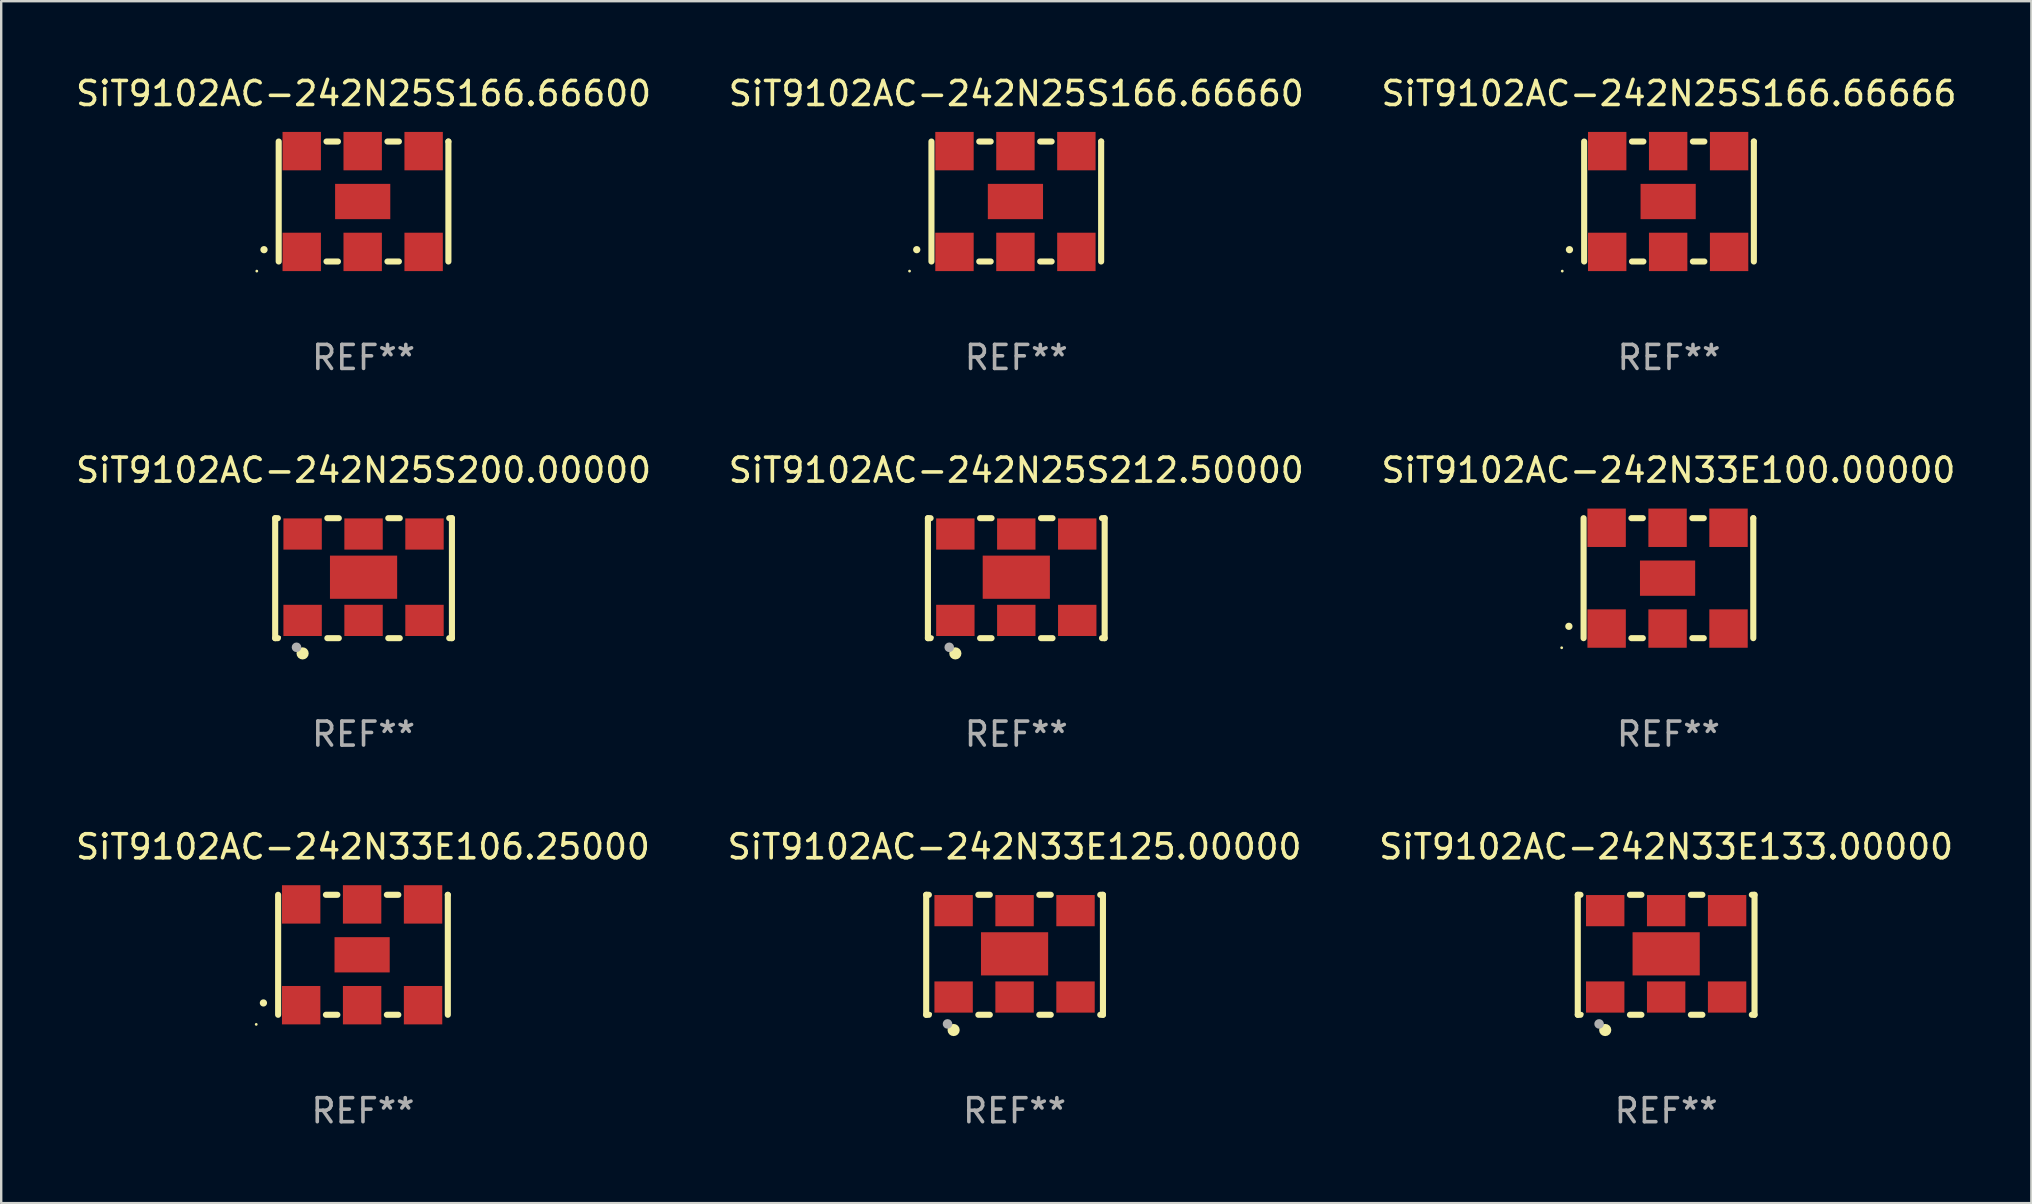
<source format=kicad_pcb>
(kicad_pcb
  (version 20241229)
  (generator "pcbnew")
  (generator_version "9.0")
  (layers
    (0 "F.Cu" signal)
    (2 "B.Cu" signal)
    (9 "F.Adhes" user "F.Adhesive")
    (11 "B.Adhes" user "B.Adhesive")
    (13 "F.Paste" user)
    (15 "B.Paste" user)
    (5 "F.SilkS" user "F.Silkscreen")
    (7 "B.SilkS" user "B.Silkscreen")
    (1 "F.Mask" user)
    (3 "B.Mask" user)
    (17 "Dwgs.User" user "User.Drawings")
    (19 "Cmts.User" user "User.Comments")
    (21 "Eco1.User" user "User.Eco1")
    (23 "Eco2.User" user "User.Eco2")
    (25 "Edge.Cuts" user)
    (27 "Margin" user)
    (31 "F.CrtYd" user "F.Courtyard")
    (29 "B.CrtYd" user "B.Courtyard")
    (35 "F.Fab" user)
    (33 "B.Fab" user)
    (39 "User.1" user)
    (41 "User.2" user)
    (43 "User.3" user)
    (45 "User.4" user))
  (footprint "SiT9102AC-242N25S166.66666"
    (layer "F.Cu")
    (at 66.506 5.348)
    (property "Reference" "SiT9102AC-242N25S166.66666" (at 0 -4.5 0) (layer "F.SilkS") (effects (font (size 1 1) (thickness 0.15))))
    (attr through_hole)
    (fp_line (start -3.536 -2.5) (end -3.536 2.5) (stroke (width 0.254) (type solid)) (layer "F.SilkS"))
    (fp_line (start -1.544 2.5) (end -1.067 2.5) (stroke (width 0.254) (type solid)) (layer "F.SilkS"))
    (fp_line (start -1.067 -2.5) (end -1.544 -2.5) (stroke (width 0.254) (type solid)) (layer "F.SilkS"))
    (fp_line (start 0.996 2.5) (end 1.473 2.5) (stroke (width 0.254) (type solid)) (layer "F.SilkS"))
    (fp_line (start 1.473 -2.5) (end 0.996 -2.5) (stroke (width 0.254) (type solid)) (layer "F.SilkS"))
    (fp_line (start 3.536 -2.5) (end 3.536 -2.5) (stroke (width 0.254) (type solid)) (layer "F.SilkS"))
    (fp_line (start 3.536 2.5) (end 3.536 -2.5) (stroke (width 0.254) (type solid)) (layer "F.SilkS"))
    (fp_arc (start -4.150432 2.006604) (mid -4.149162 2.006599) (end -4.147892 2.006604) (stroke (width 0.3) (type solid)) (layer "F.SilkS"))
    (fp_circle (center -4.449 2.9) (end -4.419 2.9) (stroke (width 0.06) (type solid)) (fill no) (layer "F.SilkS"))
    (fp_text user "REF**" (at 0 6.5 0) (layer "F.Fab") (effects (font (size 1 1) (thickness 0.15))))
    (pad "1" smd rect (at -2.576 2.1) (size 1.6 1.6) (layers "F.Cu" "F.Mask" "F.Paste"))
    (pad "2" smd rect (at -0.036 2.1) (size 1.6 1.6) (layers "F.Cu" "F.Mask" "F.Paste"))
    (pad "3" smd rect (at 2.504 2.1) (size 1.6 1.6) (layers "F.Cu" "F.Mask" "F.Paste"))
    (pad "4" smd rect (at 2.504 -2.1) (size 1.6 1.6) (layers "F.Cu" "F.Mask" "F.Paste"))
    (pad "5" smd rect (at -0.036 -2.1) (size 1.6 1.6) (layers "F.Cu" "F.Mask" "F.Paste"))
    (pad "6" smd rect (at -2.576 -2.1) (size 1.6 1.6) (layers "F.Cu" "F.Mask" "F.Paste"))
    (pad "7" smd rect (at -0.036 0) (size 2.3 1.47) (layers "F.Cu" "F.Mask" "F.Paste")))
  (footprint "SiT9102AC-242N25S166.66600"
    (layer "F.Cu")
    (at 12.101 5.348)
    (property "Reference" "SiT9102AC-242N25S166.66600" (at 0 -4.5 0) (layer "F.SilkS") (effects (font (size 1 1) (thickness 0.15))))
    (attr through_hole)
    (fp_line (start -3.536 -2.5) (end -3.536 2.5) (stroke (width 0.254) (type solid)) (layer "F.SilkS"))
    (fp_line (start -1.544 2.5) (end -1.067 2.5) (stroke (width 0.254) (type solid)) (layer "F.SilkS"))
    (fp_line (start -1.067 -2.5) (end -1.544 -2.5) (stroke (width 0.254) (type solid)) (layer "F.SilkS"))
    (fp_line (start 0.996 2.5) (end 1.473 2.5) (stroke (width 0.254) (type solid)) (layer "F.SilkS"))
    (fp_line (start 1.473 -2.5) (end 0.996 -2.5) (stroke (width 0.254) (type solid)) (layer "F.SilkS"))
    (fp_line (start 3.536 -2.5) (end 3.536 -2.5) (stroke (width 0.254) (type solid)) (layer "F.SilkS"))
    (fp_line (start 3.536 2.5) (end 3.536 -2.5) (stroke (width 0.254) (type solid)) (layer "F.SilkS"))
    (fp_arc (start -4.150432 2.006604) (mid -4.149162 2.006599) (end -4.147892 2.006604) (stroke (width 0.3) (type solid)) (layer "F.SilkS"))
    (fp_circle (center -4.449 2.9) (end -4.419 2.9) (stroke (width 0.06) (type solid)) (fill no) (layer "F.SilkS"))
    (fp_text user "REF**" (at 0 6.5 0) (layer "F.Fab") (effects (font (size 1 1) (thickness 0.15))))
    (pad "1" smd rect (at -2.576 2.1) (size 1.6 1.6) (layers "F.Cu" "F.Mask" "F.Paste"))
    (pad "2" smd rect (at -0.036 2.1) (size 1.6 1.6) (layers "F.Cu" "F.Mask" "F.Paste"))
    (pad "3" smd rect (at 2.504 2.1) (size 1.6 1.6) (layers "F.Cu" "F.Mask" "F.Paste"))
    (pad "4" smd rect (at 2.504 -2.1) (size 1.6 1.6) (layers "F.Cu" "F.Mask" "F.Paste"))
    (pad "5" smd rect (at -0.036 -2.1) (size 1.6 1.6) (layers "F.Cu" "F.Mask" "F.Paste"))
    (pad "6" smd rect (at -2.576 -2.1) (size 1.6 1.6) (layers "F.Cu" "F.Mask" "F.Paste"))
    (pad "7" smd rect (at -0.036 0) (size 2.3 1.47) (layers "F.Cu" "F.Mask" "F.Paste")))
  (footprint "SiT9102AC-242N25S212.50000"
    (layer "F.Cu")
    (at 39.304 21.045)
    (property "Reference" "SiT9102AC-242N25S212.50000" (at 0 -4.5 0) (layer "F.SilkS") (effects (font (size 1 1) (thickness 0.15))))
    (attr through_hole)
    (fp_line (start -3.683 -2.5) (end -3.571 -2.5) (stroke (width 0.254) (type solid)) (layer "F.SilkS"))
    (fp_line (start -3.683 2.5) (end -3.683 -2.5) (stroke (width 0.254) (type solid)) (layer "F.SilkS"))
    (fp_line (start -3.683 2.5) (end -3.571 2.5) (stroke (width 0.254) (type solid)) (layer "F.SilkS"))
    (fp_line (start -1.509 -2.5) (end -1.031 -2.5) (stroke (width 0.254) (type solid)) (layer "F.SilkS"))
    (fp_line (start -1.509 2.5) (end -1.031 2.5) (stroke (width 0.254) (type solid)) (layer "F.SilkS"))
    (fp_line (start 1.031 -2.5) (end 1.509 -2.5) (stroke (width 0.254) (type solid)) (layer "F.SilkS"))
    (fp_line (start 1.031 2.5) (end 1.509 2.5) (stroke (width 0.254) (type solid)) (layer "F.SilkS"))
    (fp_line (start 3.571 -2.5) (end 3.683 -2.5) (stroke (width 0.254) (type solid)) (layer "F.SilkS"))
    (fp_line (start 3.571 2.5) (end 3.683 2.5) (stroke (width 0.254) (type solid)) (layer "F.SilkS"))
    (fp_line (start 3.683 2.5) (end 3.683 -2.5) (stroke (width 0.254) (type solid)) (layer "F.SilkS"))
    (fp_circle (center -3.5 2.46) (end -3.47 2.46) (stroke (width 0.06) (type solid)) (fill no) (layer "F.SilkS"))
    (fp_circle (center -2.54 3.135) (end -2.413 3.135) (stroke (width 0.254) (type solid)) (fill no) (layer "F.SilkS"))
    (fp_circle (center -2.794 2.881) (end -2.694 2.881) (stroke (width 0.2) (type solid)) (fill no) (layer "F.Fab"))
    (fp_text user "REF**" (at 0 6.5 0) (layer "F.Fab") (effects (font (size 1 1) (thickness 0.15))))
    (pad "1" smd rect (at -2.54 1.76) (size 1.6 1.3) (layers "F.Cu" "F.Mask" "F.Paste"))
    (pad "2" smd rect (at 0 1.76) (size 1.6 1.3) (layers "F.Cu" "F.Mask" "F.Paste"))
    (pad "3" smd rect (at 2.54 1.76) (size 1.6 1.3) (layers "F.Cu" "F.Mask" "F.Paste"))
    (pad "4" smd rect (at 2.54 -1.84) (size 1.6 1.3) (layers "F.Cu" "F.Mask" "F.Paste"))
    (pad "5" smd rect (at 0 -1.84) (size 1.6 1.3) (layers "F.Cu" "F.Mask" "F.Paste"))
    (pad "6" smd rect (at -2.54 -1.84) (size 1.6 1.3) (layers "F.Cu" "F.Mask" "F.Paste"))
    (pad "7" smd rect (at 0 -0.04) (size 2.8 1.8) (layers "F.Cu" "F.Mask" "F.Paste")))
  (footprint "SiT9102AC-242N33E106.25000"
    (layer "F.Cu")
    (at 12.077 36.741)
    (property "Reference" "SiT9102AC-242N33E106.25000" (at 0 -4.5 0) (layer "F.SilkS") (effects (font (size 1 1) (thickness 0.15))))
    (attr through_hole)
    (fp_line (start -3.536 -2.5) (end -3.536 2.5) (stroke (width 0.254) (type solid)) (layer "F.SilkS"))
    (fp_line (start -1.544 2.5) (end -1.067 2.5) (stroke (width 0.254) (type solid)) (layer "F.SilkS"))
    (fp_line (start -1.067 -2.5) (end -1.544 -2.5) (stroke (width 0.254) (type solid)) (layer "F.SilkS"))
    (fp_line (start 0.996 2.5) (end 1.473 2.5) (stroke (width 0.254) (type solid)) (layer "F.SilkS"))
    (fp_line (start 1.473 -2.5) (end 0.996 -2.5) (stroke (width 0.254) (type solid)) (layer "F.SilkS"))
    (fp_line (start 3.536 -2.5) (end 3.536 -2.5) (stroke (width 0.254) (type solid)) (layer "F.SilkS"))
    (fp_line (start 3.536 2.5) (end 3.536 -2.5) (stroke (width 0.254) (type solid)) (layer "F.SilkS"))
    (fp_arc (start -4.150432 2.006604) (mid -4.149162 2.006599) (end -4.147892 2.006604) (stroke (width 0.3) (type solid)) (layer "F.SilkS"))
    (fp_circle (center -4.449 2.9) (end -4.419 2.9) (stroke (width 0.06) (type solid)) (fill no) (layer "F.SilkS"))
    (fp_text user "REF**" (at 0 6.5 0) (layer "F.Fab") (effects (font (size 1 1) (thickness 0.15))))
    (pad "1" smd rect (at -2.576 2.1) (size 1.6 1.6) (layers "F.Cu" "F.Mask" "F.Paste"))
    (pad "2" smd rect (at -0.036 2.1) (size 1.6 1.6) (layers "F.Cu" "F.Mask" "F.Paste"))
    (pad "3" smd rect (at 2.504 2.1) (size 1.6 1.6) (layers "F.Cu" "F.Mask" "F.Paste"))
    (pad "4" smd rect (at 2.504 -2.1) (size 1.6 1.6) (layers "F.Cu" "F.Mask" "F.Paste"))
    (pad "5" smd rect (at -0.036 -2.1) (size 1.6 1.6) (layers "F.Cu" "F.Mask" "F.Paste"))
    (pad "6" smd rect (at -2.576 -2.1) (size 1.6 1.6) (layers "F.Cu" "F.Mask" "F.Paste"))
    (pad "7" smd rect (at -0.036 0) (size 2.3 1.47) (layers "F.Cu" "F.Mask" "F.Paste")))
  (footprint "SiT9102AC-242N25S200.00000"
    (layer "F.Cu")
    (at 12.101 21.045)
    (property "Reference" "SiT9102AC-242N25S200.00000" (at 0 -4.5 0) (layer "F.SilkS") (effects (font (size 1 1) (thickness 0.15))))
    (attr through_hole)
    (fp_line (start -3.683 -2.5) (end -3.571 -2.5) (stroke (width 0.254) (type solid)) (layer "F.SilkS"))
    (fp_line (start -3.683 2.5) (end -3.683 -2.5) (stroke (width 0.254) (type solid)) (layer "F.SilkS"))
    (fp_line (start -3.683 2.5) (end -3.571 2.5) (stroke (width 0.254) (type solid)) (layer "F.SilkS"))
    (fp_line (start -1.509 -2.5) (end -1.031 -2.5) (stroke (width 0.254) (type solid)) (layer "F.SilkS"))
    (fp_line (start -1.509 2.5) (end -1.031 2.5) (stroke (width 0.254) (type solid)) (layer "F.SilkS"))
    (fp_line (start 1.031 -2.5) (end 1.509 -2.5) (stroke (width 0.254) (type solid)) (layer "F.SilkS"))
    (fp_line (start 1.031 2.5) (end 1.509 2.5) (stroke (width 0.254) (type solid)) (layer "F.SilkS"))
    (fp_line (start 3.571 -2.5) (end 3.683 -2.5) (stroke (width 0.254) (type solid)) (layer "F.SilkS"))
    (fp_line (start 3.571 2.5) (end 3.683 2.5) (stroke (width 0.254) (type solid)) (layer "F.SilkS"))
    (fp_line (start 3.683 2.5) (end 3.683 -2.5) (stroke (width 0.254) (type solid)) (layer "F.SilkS"))
    (fp_circle (center -3.5 2.46) (end -3.47 2.46) (stroke (width 0.06) (type solid)) (fill no) (layer "F.SilkS"))
    (fp_circle (center -2.54 3.135) (end -2.413 3.135) (stroke (width 0.254) (type solid)) (fill no) (layer "F.SilkS"))
    (fp_circle (center -2.794 2.881) (end -2.694 2.881) (stroke (width 0.2) (type solid)) (fill no) (layer "F.Fab"))
    (fp_text user "REF**" (at 0 6.5 0) (layer "F.Fab") (effects (font (size 1 1) (thickness 0.15))))
    (pad "1" smd rect (at -2.54 1.76) (size 1.6 1.3) (layers "F.Cu" "F.Mask" "F.Paste"))
    (pad "2" smd rect (at 0 1.76) (size 1.6 1.3) (layers "F.Cu" "F.Mask" "F.Paste"))
    (pad "3" smd rect (at 2.54 1.76) (size 1.6 1.3) (layers "F.Cu" "F.Mask" "F.Paste"))
    (pad "4" smd rect (at 2.54 -1.84) (size 1.6 1.3) (layers "F.Cu" "F.Mask" "F.Paste"))
    (pad "5" smd rect (at 0 -1.84) (size 1.6 1.3) (layers "F.Cu" "F.Mask" "F.Paste"))
    (pad "6" smd rect (at -2.54 -1.84) (size 1.6 1.3) (layers "F.Cu" "F.Mask" "F.Paste"))
    (pad "7" smd rect (at 0 -0.04) (size 2.8 1.8) (layers "F.Cu" "F.Mask" "F.Paste")))
  (footprint "SiT9102AC-242N33E133.00000"
    (layer "F.Cu")
    (at 66.387 36.741)
    (property "Reference" "SiT9102AC-242N33E133.00000" (at 0 -4.5 0) (layer "F.SilkS") (effects (font (size 1 1) (thickness 0.15))))
    (attr through_hole)
    (fp_line (start -3.683 -2.5) (end -3.571 -2.5) (stroke (width 0.254) (type solid)) (layer "F.SilkS"))
    (fp_line (start -3.683 2.5) (end -3.683 -2.5) (stroke (width 0.254) (type solid)) (layer "F.SilkS"))
    (fp_line (start -3.683 2.5) (end -3.571 2.5) (stroke (width 0.254) (type solid)) (layer "F.SilkS"))
    (fp_line (start -1.509 -2.5) (end -1.031 -2.5) (stroke (width 0.254) (type solid)) (layer "F.SilkS"))
    (fp_line (start -1.509 2.5) (end -1.031 2.5) (stroke (width 0.254) (type solid)) (layer "F.SilkS"))
    (fp_line (start 1.031 -2.5) (end 1.509 -2.5) (stroke (width 0.254) (type solid)) (layer "F.SilkS"))
    (fp_line (start 1.031 2.5) (end 1.509 2.5) (stroke (width 0.254) (type solid)) (layer "F.SilkS"))
    (fp_line (start 3.571 -2.5) (end 3.683 -2.5) (stroke (width 0.254) (type solid)) (layer "F.SilkS"))
    (fp_line (start 3.571 2.5) (end 3.683 2.5) (stroke (width 0.254) (type solid)) (layer "F.SilkS"))
    (fp_line (start 3.683 2.5) (end 3.683 -2.5) (stroke (width 0.254) (type solid)) (layer "F.SilkS"))
    (fp_circle (center -3.5 2.46) (end -3.47 2.46) (stroke (width 0.06) (type solid)) (fill no) (layer "F.SilkS"))
    (fp_circle (center -2.54 3.135) (end -2.413 3.135) (stroke (width 0.254) (type solid)) (fill no) (layer "F.SilkS"))
    (fp_circle (center -2.794 2.881) (end -2.694 2.881) (stroke (width 0.2) (type solid)) (fill no) (layer "F.Fab"))
    (fp_text user "REF**" (at 0 6.5 0) (layer "F.Fab") (effects (font (size 1 1) (thickness 0.15))))
    (pad "1" smd rect (at -2.54 1.76) (size 1.6 1.3) (layers "F.Cu" "F.Mask" "F.Paste"))
    (pad "2" smd rect (at 0 1.76) (size 1.6 1.3) (layers "F.Cu" "F.Mask" "F.Paste"))
    (pad "3" smd rect (at 2.54 1.76) (size 1.6 1.3) (layers "F.Cu" "F.Mask" "F.Paste"))
    (pad "4" smd rect (at 2.54 -1.84) (size 1.6 1.3) (layers "F.Cu" "F.Mask" "F.Paste"))
    (pad "5" smd rect (at 0 -1.84) (size 1.6 1.3) (layers "F.Cu" "F.Mask" "F.Paste"))
    (pad "6" smd rect (at -2.54 -1.84) (size 1.6 1.3) (layers "F.Cu" "F.Mask" "F.Paste"))
    (pad "7" smd rect (at 0 -0.04) (size 2.8 1.8) (layers "F.Cu" "F.Mask" "F.Paste")))
  (footprint "SiT9102AC-242N33E125.00000"
    (layer "F.Cu")
    (at 39.232 36.741)
    (property "Reference" "SiT9102AC-242N33E125.00000" (at 0 -4.5 0) (layer "F.SilkS") (effects (font (size 1 1) (thickness 0.15))))
    (attr through_hole)
    (fp_line (start -3.683 -2.5) (end -3.571 -2.5) (stroke (width 0.254) (type solid)) (layer "F.SilkS"))
    (fp_line (start -3.683 2.5) (end -3.683 -2.5) (stroke (width 0.254) (type solid)) (layer "F.SilkS"))
    (fp_line (start -3.683 2.5) (end -3.571 2.5) (stroke (width 0.254) (type solid)) (layer "F.SilkS"))
    (fp_line (start -1.509 -2.5) (end -1.031 -2.5) (stroke (width 0.254) (type solid)) (layer "F.SilkS"))
    (fp_line (start -1.509 2.5) (end -1.031 2.5) (stroke (width 0.254) (type solid)) (layer "F.SilkS"))
    (fp_line (start 1.031 -2.5) (end 1.509 -2.5) (stroke (width 0.254) (type solid)) (layer "F.SilkS"))
    (fp_line (start 1.031 2.5) (end 1.509 2.5) (stroke (width 0.254) (type solid)) (layer "F.SilkS"))
    (fp_line (start 3.571 -2.5) (end 3.683 -2.5) (stroke (width 0.254) (type solid)) (layer "F.SilkS"))
    (fp_line (start 3.571 2.5) (end 3.683 2.5) (stroke (width 0.254) (type solid)) (layer "F.SilkS"))
    (fp_line (start 3.683 2.5) (end 3.683 -2.5) (stroke (width 0.254) (type solid)) (layer "F.SilkS"))
    (fp_circle (center -3.5 2.46) (end -3.47 2.46) (stroke (width 0.06) (type solid)) (fill no) (layer "F.SilkS"))
    (fp_circle (center -2.54 3.135) (end -2.413 3.135) (stroke (width 0.254) (type solid)) (fill no) (layer "F.SilkS"))
    (fp_circle (center -2.794 2.881) (end -2.694 2.881) (stroke (width 0.2) (type solid)) (fill no) (layer "F.Fab"))
    (fp_text user "REF**" (at 0 6.5 0) (layer "F.Fab") (effects (font (size 1 1) (thickness 0.15))))
    (pad "1" smd rect (at -2.54 1.76) (size 1.6 1.3) (layers "F.Cu" "F.Mask" "F.Paste"))
    (pad "2" smd rect (at 0 1.76) (size 1.6 1.3) (layers "F.Cu" "F.Mask" "F.Paste"))
    (pad "3" smd rect (at 2.54 1.76) (size 1.6 1.3) (layers "F.Cu" "F.Mask" "F.Paste"))
    (pad "4" smd rect (at 2.54 -1.84) (size 1.6 1.3) (layers "F.Cu" "F.Mask" "F.Paste"))
    (pad "5" smd rect (at 0 -1.84) (size 1.6 1.3) (layers "F.Cu" "F.Mask" "F.Paste"))
    (pad "6" smd rect (at -2.54 -1.84) (size 1.6 1.3) (layers "F.Cu" "F.Mask" "F.Paste"))
    (pad "7" smd rect (at 0 -0.04) (size 2.8 1.8) (layers "F.Cu" "F.Mask" "F.Paste")))
  (footprint "SiT9102AC-242N25S166.66660"
    (layer "F.Cu")
    (at 39.304 5.348)
    (property "Reference" "SiT9102AC-242N25S166.66660" (at 0 -4.5 0) (layer "F.SilkS") (effects (font (size 1 1) (thickness 0.15))))
    (attr through_hole)
    (fp_line (start -3.536 -2.5) (end -3.536 2.5) (stroke (width 0.254) (type solid)) (layer "F.SilkS"))
    (fp_line (start -1.544 2.5) (end -1.067 2.5) (stroke (width 0.254) (type solid)) (layer "F.SilkS"))
    (fp_line (start -1.067 -2.5) (end -1.544 -2.5) (stroke (width 0.254) (type solid)) (layer "F.SilkS"))
    (fp_line (start 0.996 2.5) (end 1.473 2.5) (stroke (width 0.254) (type solid)) (layer "F.SilkS"))
    (fp_line (start 1.473 -2.5) (end 0.996 -2.5) (stroke (width 0.254) (type solid)) (layer "F.SilkS"))
    (fp_line (start 3.536 -2.5) (end 3.536 -2.5) (stroke (width 0.254) (type solid)) (layer "F.SilkS"))
    (fp_line (start 3.536 2.5) (end 3.536 -2.5) (stroke (width 0.254) (type solid)) (layer "F.SilkS"))
    (fp_arc (start -4.150432 2.006604) (mid -4.149162 2.006599) (end -4.147892 2.006604) (stroke (width 0.3) (type solid)) (layer "F.SilkS"))
    (fp_circle (center -4.449 2.9) (end -4.419 2.9) (stroke (width 0.06) (type solid)) (fill no) (layer "F.SilkS"))
    (fp_text user "REF**" (at 0 6.5 0) (layer "F.Fab") (effects (font (size 1 1) (thickness 0.15))))
    (pad "1" smd rect (at -2.576 2.1) (size 1.6 1.6) (layers "F.Cu" "F.Mask" "F.Paste"))
    (pad "2" smd rect (at -0.036 2.1) (size 1.6 1.6) (layers "F.Cu" "F.Mask" "F.Paste"))
    (pad "3" smd rect (at 2.504 2.1) (size 1.6 1.6) (layers "F.Cu" "F.Mask" "F.Paste"))
    (pad "4" smd rect (at 2.504 -2.1) (size 1.6 1.6) (layers "F.Cu" "F.Mask" "F.Paste"))
    (pad "5" smd rect (at -0.036 -2.1) (size 1.6 1.6) (layers "F.Cu" "F.Mask" "F.Paste"))
    (pad "6" smd rect (at -2.576 -2.1) (size 1.6 1.6) (layers "F.Cu" "F.Mask" "F.Paste"))
    (pad "7" smd rect (at -0.036 0) (size 2.3 1.47) (layers "F.Cu" "F.Mask" "F.Paste")))
  (footprint "SiT9102AC-242N33E100.00000"
    (layer "F.Cu")
    (at 66.482 21.045)
    (property "Reference" "SiT9102AC-242N33E100.00000" (at 0 -4.5 0) (layer "F.SilkS") (effects (font (size 1 1) (thickness 0.15))))
    (attr through_hole)
    (fp_line (start -3.536 -2.5) (end -3.536 2.5) (stroke (width 0.254) (type solid)) (layer "F.SilkS"))
    (fp_line (start -1.544 2.5) (end -1.067 2.5) (stroke (width 0.254) (type solid)) (layer "F.SilkS"))
    (fp_line (start -1.067 -2.5) (end -1.544 -2.5) (stroke (width 0.254) (type solid)) (layer "F.SilkS"))
    (fp_line (start 0.996 2.5) (end 1.473 2.5) (stroke (width 0.254) (type solid)) (layer "F.SilkS"))
    (fp_line (start 1.473 -2.5) (end 0.996 -2.5) (stroke (width 0.254) (type solid)) (layer "F.SilkS"))
    (fp_line (start 3.536 -2.5) (end 3.536 -2.5) (stroke (width 0.254) (type solid)) (layer "F.SilkS"))
    (fp_line (start 3.536 2.5) (end 3.536 -2.5) (stroke (width 0.254) (type solid)) (layer "F.SilkS"))
    (fp_arc (start -4.150432 2.006604) (mid -4.149162 2.006599) (end -4.147892 2.006604) (stroke (width 0.3) (type solid)) (layer "F.SilkS"))
    (fp_circle (center -4.449 2.9) (end -4.419 2.9) (stroke (width 0.06) (type solid)) (fill no) (layer "F.SilkS"))
    (fp_text user "REF**" (at 0 6.5 0) (layer "F.Fab") (effects (font (size 1 1) (thickness 0.15))))
    (pad "1" smd rect (at -2.576 2.1) (size 1.6 1.6) (layers "F.Cu" "F.Mask" "F.Paste"))
    (pad "2" smd rect (at -0.036 2.1) (size 1.6 1.6) (layers "F.Cu" "F.Mask" "F.Paste"))
    (pad "3" smd rect (at 2.504 2.1) (size 1.6 1.6) (layers "F.Cu" "F.Mask" "F.Paste"))
    (pad "4" smd rect (at 2.504 -2.1) (size 1.6 1.6) (layers "F.Cu" "F.Mask" "F.Paste"))
    (pad "5" smd rect (at -0.036 -2.1) (size 1.6 1.6) (layers "F.Cu" "F.Mask" "F.Paste"))
    (pad "6" smd rect (at -2.576 -2.1) (size 1.6 1.6) (layers "F.Cu" "F.Mask" "F.Paste"))
    (pad "7" smd rect (at -0.036 0) (size 2.3 1.47) (layers "F.Cu" "F.Mask" "F.Paste")))
  (gr_rect
    (start -3 -3)
    (end 81.607 47.09)
    (stroke (width 0.1) (type default))
    (fill no)
    (layer "Edge.Cuts")))
</source>
